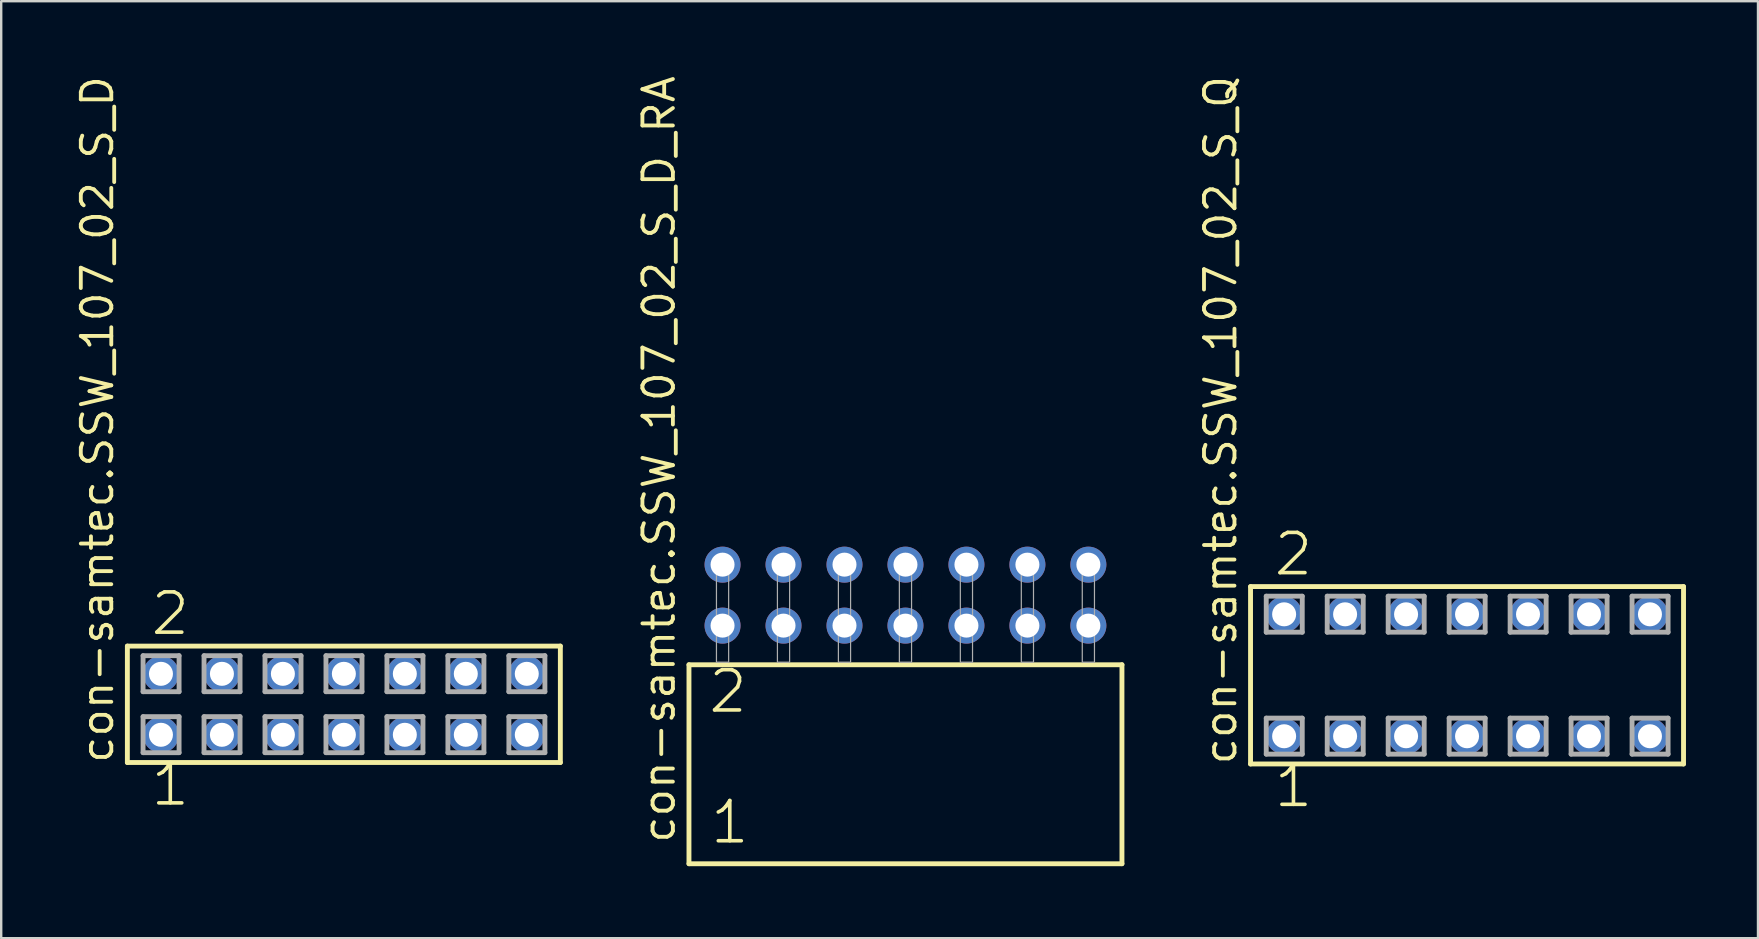
<source format=kicad_pcb>
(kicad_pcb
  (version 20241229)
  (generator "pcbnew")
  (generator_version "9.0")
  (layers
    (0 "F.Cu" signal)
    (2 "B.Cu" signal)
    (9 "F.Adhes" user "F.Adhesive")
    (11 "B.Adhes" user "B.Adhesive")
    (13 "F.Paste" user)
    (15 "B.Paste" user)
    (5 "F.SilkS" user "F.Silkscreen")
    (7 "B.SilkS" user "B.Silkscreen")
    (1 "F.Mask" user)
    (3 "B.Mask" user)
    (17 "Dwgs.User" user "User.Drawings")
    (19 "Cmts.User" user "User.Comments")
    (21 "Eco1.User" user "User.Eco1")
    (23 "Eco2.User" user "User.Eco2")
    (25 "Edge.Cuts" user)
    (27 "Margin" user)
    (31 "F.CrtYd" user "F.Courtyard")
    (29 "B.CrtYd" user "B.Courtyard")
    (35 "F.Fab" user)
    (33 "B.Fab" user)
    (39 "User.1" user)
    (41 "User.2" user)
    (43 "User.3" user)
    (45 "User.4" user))
  (footprint "con-samtec.SSW_107_02_S_D_RA"
    (layer "F.Cu")
    (at 34.671 24.537)
    (property "Reference" "con-samtec.SSW_107_02_S_D_RA" (at -9.525 7.62 90) (layer "F.SilkS") (effects (font (size 1.27 1.27) (thickness 0.16)) (justify left bottom)))
    (attr through_hole)
    (fp_line (start -9.019 0.106) (end -9.019 8.396) (stroke (width 0.203) (type default)) (layer "F.SilkS"))
    (fp_line (start -9.019 8.396) (end 9.019 8.396) (stroke (width 0.203) (type default)) (layer "F.SilkS"))
    (fp_line (start 9.019 0.106) (end -9.019 0.106) (stroke (width 0.203) (type default)) (layer "F.SilkS"))
    (fp_line (start 9.019 8.396) (end 9.019 0.106) (stroke (width 0.203) (type default)) (layer "F.SilkS"))
    (fp_rect (start -7.874 0) (end -7.366 -4.318) (stroke (width 0.05) (type default)) (fill no) (layer "F.Fab"))
    (fp_rect (start -5.334 0) (end -4.826 -4.318) (stroke (width 0.05) (type default)) (fill no) (layer "F.Fab"))
    (fp_rect (start -2.794 0) (end -2.286 -4.318) (stroke (width 0.05) (type default)) (fill no) (layer "F.Fab"))
    (fp_rect (start -0.254 0) (end 0.254 -4.318) (stroke (width 0.05) (type default)) (fill no) (layer "F.Fab"))
    (fp_rect (start 2.286 0) (end 2.794 -4.318) (stroke (width 0.05) (type default)) (fill no) (layer "F.Fab"))
    (fp_rect (start 4.826 0) (end 5.334 -4.318) (stroke (width 0.05) (type default)) (fill no) (layer "F.Fab"))
    (fp_rect (start 7.366 0) (end 7.874 -4.318) (stroke (width 0.05) (type default)) (fill no) (layer "F.Fab"))
    (fp_text user "2" (at -8.29 2.2 0) (layer "F.SilkS") (effects (font (size 1.676 1.676) (thickness 0.15)) (justify left bottom)))
    (fp_text user "1" (at -8.215 7.65 0) (layer "F.SilkS") (effects (font (size 1.676 1.676) (thickness 0.15)) (justify left bottom)))
    (pad "1" thru_hole circle (at -7.62 -1.524) (size 1.5 1.5) (drill 1) (layers "*.Cu" "*.Mask"))
    (pad "2" thru_hole circle (at -7.62 -4.064) (size 1.5 1.5) (drill 1) (layers "*.Cu" "*.Mask"))
    (pad "3" thru_hole circle (at -5.08 -1.524) (size 1.5 1.5) (drill 1) (layers "*.Cu" "*.Mask"))
    (pad "4" thru_hole circle (at -5.08 -4.064) (size 1.5 1.5) (drill 1) (layers "*.Cu" "*.Mask"))
    (pad "5" thru_hole circle (at -2.54 -1.524) (size 1.5 1.5) (drill 1) (layers "*.Cu" "*.Mask"))
    (pad "6" thru_hole circle (at -2.54 -4.064) (size 1.5 1.5) (drill 1) (layers "*.Cu" "*.Mask"))
    (pad "7" thru_hole circle (at 0 -1.524) (size 1.5 1.5) (drill 1) (layers "*.Cu" "*.Mask"))
    (pad "8" thru_hole circle (at 0 -4.064) (size 1.5 1.5) (drill 1) (layers "*.Cu" "*.Mask"))
    (pad "9" thru_hole circle (at 2.54 -1.524) (size 1.5 1.5) (drill 1) (layers "*.Cu" "*.Mask"))
    (pad "10" thru_hole circle (at 2.54 -4.064) (size 1.5 1.5) (drill 1) (layers "*.Cu" "*.Mask"))
    (pad "11" thru_hole circle (at 5.08 -1.524) (size 1.5 1.5) (drill 1) (layers "*.Cu" "*.Mask"))
    (pad "12" thru_hole circle (at 5.08 -4.064) (size 1.5 1.5) (drill 1) (layers "*.Cu" "*.Mask"))
    (pad "13" thru_hole circle (at 7.62 -1.524) (size 1.5 1.5) (drill 1) (layers "*.Cu" "*.Mask"))
    (pad "14" thru_hole circle (at 7.62 -4.064) (size 1.5 1.5) (drill 1) (layers "*.Cu" "*.Mask")))
  (footprint "con-samtec.SSW_107_02_S_D"
    (layer "F.Cu")
    (at 11.275 26.291)
    (property "Reference" "con-samtec.SSW_107_02_S_D" (at -9.525 2.54 90) (layer "F.SilkS") (effects (font (size 1.27 1.27) (thickness 0.16)) (justify left bottom)))
    (attr through_hole)
    (fp_line (start -9.019 -2.425) (end 9.019 -2.425) (stroke (width 0.203) (type default)) (layer "F.SilkS"))
    (fp_line (start -9.019 2.425) (end -9.019 -2.425) (stroke (width 0.203) (type default)) (layer "F.SilkS"))
    (fp_line (start 9.019 -2.425) (end 9.019 2.425) (stroke (width 0.203) (type default)) (layer "F.SilkS"))
    (fp_line (start 9.019 2.425) (end -9.019 2.425) (stroke (width 0.203) (type default)) (layer "F.SilkS"))
    (fp_line (start -8.365 -2.025) (end -6.865 -2.025) (stroke (width 0.203) (type default)) (layer "F.Fab"))
    (fp_line (start -8.365 -0.525) (end -8.365 -2.025) (stroke (width 0.203) (type default)) (layer "F.Fab"))
    (fp_line (start -8.365 0.515) (end -6.865 0.515) (stroke (width 0.203) (type default)) (layer "F.Fab"))
    (fp_line (start -8.365 2.015) (end -8.365 0.515) (stroke (width 0.203) (type default)) (layer "F.Fab"))
    (fp_line (start -6.865 -2.025) (end -6.865 -0.525) (stroke (width 0.203) (type default)) (layer "F.Fab"))
    (fp_line (start -6.865 -0.525) (end -8.365 -0.525) (stroke (width 0.203) (type default)) (layer "F.Fab"))
    (fp_line (start -6.865 0.515) (end -6.865 2.015) (stroke (width 0.203) (type default)) (layer "F.Fab"))
    (fp_line (start -6.865 2.015) (end -8.365 2.015) (stroke (width 0.203) (type default)) (layer "F.Fab"))
    (fp_line (start -5.825 -2.025) (end -4.325 -2.025) (stroke (width 0.203) (type default)) (layer "F.Fab"))
    (fp_line (start -5.825 -0.525) (end -5.825 -2.025) (stroke (width 0.203) (type default)) (layer "F.Fab"))
    (fp_line (start -5.825 0.515) (end -4.325 0.515) (stroke (width 0.203) (type default)) (layer "F.Fab"))
    (fp_line (start -5.825 2.015) (end -5.825 0.515) (stroke (width 0.203) (type default)) (layer "F.Fab"))
    (fp_line (start -4.325 -2.025) (end -4.325 -0.525) (stroke (width 0.203) (type default)) (layer "F.Fab"))
    (fp_line (start -4.325 -0.525) (end -5.825 -0.525) (stroke (width 0.203) (type default)) (layer "F.Fab"))
    (fp_line (start -4.325 0.515) (end -4.325 2.015) (stroke (width 0.203) (type default)) (layer "F.Fab"))
    (fp_line (start -4.325 2.015) (end -5.825 2.015) (stroke (width 0.203) (type default)) (layer "F.Fab"))
    (fp_line (start -3.285 -2.025) (end -1.785 -2.025) (stroke (width 0.203) (type default)) (layer "F.Fab"))
    (fp_line (start -3.285 -0.525) (end -3.285 -2.025) (stroke (width 0.203) (type default)) (layer "F.Fab"))
    (fp_line (start -3.285 0.515) (end -1.785 0.515) (stroke (width 0.203) (type default)) (layer "F.Fab"))
    (fp_line (start -3.285 2.015) (end -3.285 0.515) (stroke (width 0.203) (type default)) (layer "F.Fab"))
    (fp_line (start -1.785 -2.025) (end -1.785 -0.525) (stroke (width 0.203) (type default)) (layer "F.Fab"))
    (fp_line (start -1.785 -0.525) (end -3.285 -0.525) (stroke (width 0.203) (type default)) (layer "F.Fab"))
    (fp_line (start -1.785 0.515) (end -1.785 2.015) (stroke (width 0.203) (type default)) (layer "F.Fab"))
    (fp_line (start -1.785 2.015) (end -3.285 2.015) (stroke (width 0.203) (type default)) (layer "F.Fab"))
    (fp_line (start -0.745 -2.025) (end 0.755 -2.025) (stroke (width 0.203) (type default)) (layer "F.Fab"))
    (fp_line (start -0.745 -0.525) (end -0.745 -2.025) (stroke (width 0.203) (type default)) (layer "F.Fab"))
    (fp_line (start -0.745 0.515) (end 0.755 0.515) (stroke (width 0.203) (type default)) (layer "F.Fab"))
    (fp_line (start -0.745 2.015) (end -0.745 0.515) (stroke (width 0.203) (type default)) (layer "F.Fab"))
    (fp_line (start 0.755 -2.025) (end 0.755 -0.525) (stroke (width 0.203) (type default)) (layer "F.Fab"))
    (fp_line (start 0.755 -0.525) (end -0.745 -0.525) (stroke (width 0.203) (type default)) (layer "F.Fab"))
    (fp_line (start 0.755 0.515) (end 0.755 2.015) (stroke (width 0.203) (type default)) (layer "F.Fab"))
    (fp_line (start 0.755 2.015) (end -0.745 2.015) (stroke (width 0.203) (type default)) (layer "F.Fab"))
    (fp_line (start 1.795 -2.025) (end 3.295 -2.025) (stroke (width 0.203) (type default)) (layer "F.Fab"))
    (fp_line (start 1.795 -0.525) (end 1.795 -2.025) (stroke (width 0.203) (type default)) (layer "F.Fab"))
    (fp_line (start 1.795 0.515) (end 3.295 0.515) (stroke (width 0.203) (type default)) (layer "F.Fab"))
    (fp_line (start 1.795 2.015) (end 1.795 0.515) (stroke (width 0.203) (type default)) (layer "F.Fab"))
    (fp_line (start 3.295 -2.025) (end 3.295 -0.525) (stroke (width 0.203) (type default)) (layer "F.Fab"))
    (fp_line (start 3.295 -0.525) (end 1.795 -0.525) (stroke (width 0.203) (type default)) (layer "F.Fab"))
    (fp_line (start 3.295 0.515) (end 3.295 2.015) (stroke (width 0.203) (type default)) (layer "F.Fab"))
    (fp_line (start 3.295 2.015) (end 1.795 2.015) (stroke (width 0.203) (type default)) (layer "F.Fab"))
    (fp_line (start 4.335 -2.025) (end 5.835 -2.025) (stroke (width 0.203) (type default)) (layer "F.Fab"))
    (fp_line (start 4.335 -0.525) (end 4.335 -2.025) (stroke (width 0.203) (type default)) (layer "F.Fab"))
    (fp_line (start 4.335 0.515) (end 5.835 0.515) (stroke (width 0.203) (type default)) (layer "F.Fab"))
    (fp_line (start 4.335 2.015) (end 4.335 0.515) (stroke (width 0.203) (type default)) (layer "F.Fab"))
    (fp_line (start 5.835 -2.025) (end 5.835 -0.525) (stroke (width 0.203) (type default)) (layer "F.Fab"))
    (fp_line (start 5.835 -0.525) (end 4.335 -0.525) (stroke (width 0.203) (type default)) (layer "F.Fab"))
    (fp_line (start 5.835 0.515) (end 5.835 2.015) (stroke (width 0.203) (type default)) (layer "F.Fab"))
    (fp_line (start 5.835 2.015) (end 4.335 2.015) (stroke (width 0.203) (type default)) (layer "F.Fab"))
    (fp_line (start 6.875 -2.025) (end 8.375 -2.025) (stroke (width 0.203) (type default)) (layer "F.Fab"))
    (fp_line (start 6.875 -0.525) (end 6.875 -2.025) (stroke (width 0.203) (type default)) (layer "F.Fab"))
    (fp_line (start 6.875 0.515) (end 8.375 0.515) (stroke (width 0.203) (type default)) (layer "F.Fab"))
    (fp_line (start 6.875 2.015) (end 6.875 0.515) (stroke (width 0.203) (type default)) (layer "F.Fab"))
    (fp_line (start 8.375 -2.025) (end 8.375 -0.525) (stroke (width 0.203) (type default)) (layer "F.Fab"))
    (fp_line (start 8.375 -0.525) (end 6.875 -0.525) (stroke (width 0.203) (type default)) (layer "F.Fab"))
    (fp_line (start 8.375 0.515) (end 8.375 2.015) (stroke (width 0.203) (type default)) (layer "F.Fab"))
    (fp_line (start 8.375 2.015) (end 6.875 2.015) (stroke (width 0.203) (type default)) (layer "F.Fab"))
    (fp_text user "1" (at -8.128 4.318 0) (layer "F.SilkS") (effects (font (size 1.676 1.676) (thickness 0.15)) (justify left bottom)))
    (fp_text user "2" (at -8.128 -2.794 0) (layer "F.SilkS") (effects (font (size 1.676 1.676) (thickness 0.15)) (justify left bottom)))
    (pad "1" thru_hole circle (at -7.62 1.27) (size 1.5 1.5) (drill 1) (layers "*.Cu" "*.Mask"))
    (pad "2" thru_hole circle (at -7.62 -1.27) (size 1.5 1.5) (drill 1) (layers "*.Cu" "*.Mask"))
    (pad "3" thru_hole circle (at -5.08 1.27) (size 1.5 1.5) (drill 1) (layers "*.Cu" "*.Mask"))
    (pad "4" thru_hole circle (at -5.08 -1.27) (size 1.5 1.5) (drill 1) (layers "*.Cu" "*.Mask"))
    (pad "5" thru_hole circle (at -2.54 1.27) (size 1.5 1.5) (drill 1) (layers "*.Cu" "*.Mask"))
    (pad "6" thru_hole circle (at -2.54 -1.27) (size 1.5 1.5) (drill 1) (layers "*.Cu" "*.Mask"))
    (pad "7" thru_hole circle (at 0 1.27) (size 1.5 1.5) (drill 1) (layers "*.Cu" "*.Mask"))
    (pad "8" thru_hole circle (at 0 -1.27) (size 1.5 1.5) (drill 1) (layers "*.Cu" "*.Mask"))
    (pad "9" thru_hole circle (at 2.54 1.27) (size 1.5 1.5) (drill 1) (layers "*.Cu" "*.Mask"))
    (pad "10" thru_hole circle (at 2.54 -1.27) (size 1.5 1.5) (drill 1) (layers "*.Cu" "*.Mask"))
    (pad "11" thru_hole circle (at 5.08 1.27) (size 1.5 1.5) (drill 1) (layers "*.Cu" "*.Mask"))
    (pad "12" thru_hole circle (at 5.08 -1.27) (size 1.5 1.5) (drill 1) (layers "*.Cu" "*.Mask"))
    (pad "13" thru_hole circle (at 7.62 1.27) (size 1.5 1.5) (drill 1) (layers "*.Cu" "*.Mask"))
    (pad "14" thru_hole circle (at 7.62 -1.27) (size 1.5 1.5) (drill 1) (layers "*.Cu" "*.Mask")))
  (footprint "con-samtec.SSW_107_02_S_Q"
    (layer "F.Cu")
    (at 58.066 25.082)
    (property "Reference" "con-samtec.SSW_107_02_S_Q" (at -9.525 3.81 90) (layer "F.SilkS") (effects (font (size 1.27 1.27) (thickness 0.16)) (justify left bottom)))
    (attr through_hole)
    (fp_line (start -9.019 -3.695) (end 9.019 -3.695) (stroke (width 0.203) (type default)) (layer "F.SilkS"))
    (fp_line (start -9.019 3.695) (end -9.019 -3.695) (stroke (width 0.203) (type default)) (layer "F.SilkS"))
    (fp_line (start 9.019 -3.695) (end 9.019 3.695) (stroke (width 0.203) (type default)) (layer "F.SilkS"))
    (fp_line (start 9.019 3.695) (end -9.019 3.695) (stroke (width 0.203) (type default)) (layer "F.SilkS"))
    (fp_line (start -8.365 -3.295) (end -6.865 -3.295) (stroke (width 0.203) (type default)) (layer "F.Fab"))
    (fp_line (start -8.365 -1.795) (end -8.365 -3.295) (stroke (width 0.203) (type default)) (layer "F.Fab"))
    (fp_line (start -8.365 1.785) (end -6.865 1.785) (stroke (width 0.203) (type default)) (layer "F.Fab"))
    (fp_line (start -8.365 3.285) (end -8.365 1.785) (stroke (width 0.203) (type default)) (layer "F.Fab"))
    (fp_line (start -6.865 -3.295) (end -6.865 -1.795) (stroke (width 0.203) (type default)) (layer "F.Fab"))
    (fp_line (start -6.865 -1.795) (end -8.365 -1.795) (stroke (width 0.203) (type default)) (layer "F.Fab"))
    (fp_line (start -6.865 1.785) (end -6.865 3.285) (stroke (width 0.203) (type default)) (layer "F.Fab"))
    (fp_line (start -6.865 3.285) (end -8.365 3.285) (stroke (width 0.203) (type default)) (layer "F.Fab"))
    (fp_line (start -5.825 -3.295) (end -4.325 -3.295) (stroke (width 0.203) (type default)) (layer "F.Fab"))
    (fp_line (start -5.825 -1.795) (end -5.825 -3.295) (stroke (width 0.203) (type default)) (layer "F.Fab"))
    (fp_line (start -5.825 1.785) (end -4.325 1.785) (stroke (width 0.203) (type default)) (layer "F.Fab"))
    (fp_line (start -5.825 3.285) (end -5.825 1.785) (stroke (width 0.203) (type default)) (layer "F.Fab"))
    (fp_line (start -4.325 -3.295) (end -4.325 -1.795) (stroke (width 0.203) (type default)) (layer "F.Fab"))
    (fp_line (start -4.325 -1.795) (end -5.825 -1.795) (stroke (width 0.203) (type default)) (layer "F.Fab"))
    (fp_line (start -4.325 1.785) (end -4.325 3.285) (stroke (width 0.203) (type default)) (layer "F.Fab"))
    (fp_line (start -4.325 3.285) (end -5.825 3.285) (stroke (width 0.203) (type default)) (layer "F.Fab"))
    (fp_line (start -3.285 -3.295) (end -1.785 -3.295) (stroke (width 0.203) (type default)) (layer "F.Fab"))
    (fp_line (start -3.285 -1.795) (end -3.285 -3.295) (stroke (width 0.203) (type default)) (layer "F.Fab"))
    (fp_line (start -3.285 1.785) (end -1.785 1.785) (stroke (width 0.203) (type default)) (layer "F.Fab"))
    (fp_line (start -3.285 3.285) (end -3.285 1.785) (stroke (width 0.203) (type default)) (layer "F.Fab"))
    (fp_line (start -1.785 -3.295) (end -1.785 -1.795) (stroke (width 0.203) (type default)) (layer "F.Fab"))
    (fp_line (start -1.785 -1.795) (end -3.285 -1.795) (stroke (width 0.203) (type default)) (layer "F.Fab"))
    (fp_line (start -1.785 1.785) (end -1.785 3.285) (stroke (width 0.203) (type default)) (layer "F.Fab"))
    (fp_line (start -1.785 3.285) (end -3.285 3.285) (stroke (width 0.203) (type default)) (layer "F.Fab"))
    (fp_line (start -0.745 -3.295) (end 0.755 -3.295) (stroke (width 0.203) (type default)) (layer "F.Fab"))
    (fp_line (start -0.745 -1.795) (end -0.745 -3.295) (stroke (width 0.203) (type default)) (layer "F.Fab"))
    (fp_line (start -0.745 1.785) (end 0.755 1.785) (stroke (width 0.203) (type default)) (layer "F.Fab"))
    (fp_line (start -0.745 3.285) (end -0.745 1.785) (stroke (width 0.203) (type default)) (layer "F.Fab"))
    (fp_line (start 0.755 -3.295) (end 0.755 -1.795) (stroke (width 0.203) (type default)) (layer "F.Fab"))
    (fp_line (start 0.755 -1.795) (end -0.745 -1.795) (stroke (width 0.203) (type default)) (layer "F.Fab"))
    (fp_line (start 0.755 1.785) (end 0.755 3.285) (stroke (width 0.203) (type default)) (layer "F.Fab"))
    (fp_line (start 0.755 3.285) (end -0.745 3.285) (stroke (width 0.203) (type default)) (layer "F.Fab"))
    (fp_line (start 1.795 -3.295) (end 3.295 -3.295) (stroke (width 0.203) (type default)) (layer "F.Fab"))
    (fp_line (start 1.795 -1.795) (end 1.795 -3.295) (stroke (width 0.203) (type default)) (layer "F.Fab"))
    (fp_line (start 1.795 1.785) (end 3.295 1.785) (stroke (width 0.203) (type default)) (layer "F.Fab"))
    (fp_line (start 1.795 3.285) (end 1.795 1.785) (stroke (width 0.203) (type default)) (layer "F.Fab"))
    (fp_line (start 3.295 -3.295) (end 3.295 -1.795) (stroke (width 0.203) (type default)) (layer "F.Fab"))
    (fp_line (start 3.295 -1.795) (end 1.795 -1.795) (stroke (width 0.203) (type default)) (layer "F.Fab"))
    (fp_line (start 3.295 1.785) (end 3.295 3.285) (stroke (width 0.203) (type default)) (layer "F.Fab"))
    (fp_line (start 3.295 3.285) (end 1.795 3.285) (stroke (width 0.203) (type default)) (layer "F.Fab"))
    (fp_line (start 4.335 -3.295) (end 5.835 -3.295) (stroke (width 0.203) (type default)) (layer "F.Fab"))
    (fp_line (start 4.335 -1.795) (end 4.335 -3.295) (stroke (width 0.203) (type default)) (layer "F.Fab"))
    (fp_line (start 4.335 1.785) (end 5.835 1.785) (stroke (width 0.203) (type default)) (layer "F.Fab"))
    (fp_line (start 4.335 3.285) (end 4.335 1.785) (stroke (width 0.203) (type default)) (layer "F.Fab"))
    (fp_line (start 5.835 -3.295) (end 5.835 -1.795) (stroke (width 0.203) (type default)) (layer "F.Fab"))
    (fp_line (start 5.835 -1.795) (end 4.335 -1.795) (stroke (width 0.203) (type default)) (layer "F.Fab"))
    (fp_line (start 5.835 1.785) (end 5.835 3.285) (stroke (width 0.203) (type default)) (layer "F.Fab"))
    (fp_line (start 5.835 3.285) (end 4.335 3.285) (stroke (width 0.203) (type default)) (layer "F.Fab"))
    (fp_line (start 6.875 -3.295) (end 8.375 -3.295) (stroke (width 0.203) (type default)) (layer "F.Fab"))
    (fp_line (start 6.875 -1.795) (end 6.875 -3.295) (stroke (width 0.203) (type default)) (layer "F.Fab"))
    (fp_line (start 6.875 1.785) (end 8.375 1.785) (stroke (width 0.203) (type default)) (layer "F.Fab"))
    (fp_line (start 6.875 3.285) (end 6.875 1.785) (stroke (width 0.203) (type default)) (layer "F.Fab"))
    (fp_line (start 8.375 -3.295) (end 8.375 -1.795) (stroke (width 0.203) (type default)) (layer "F.Fab"))
    (fp_line (start 8.375 -1.795) (end 6.875 -1.795) (stroke (width 0.203) (type default)) (layer "F.Fab"))
    (fp_line (start 8.375 1.785) (end 8.375 3.285) (stroke (width 0.203) (type default)) (layer "F.Fab"))
    (fp_line (start 8.375 3.285) (end 6.875 3.285) (stroke (width 0.203) (type default)) (layer "F.Fab"))
    (fp_text user "2" (at -8.128 -4.064 0) (layer "F.SilkS") (effects (font (size 1.676 1.676) (thickness 0.15)) (justify left bottom)))
    (fp_text user "1" (at -8.128 5.588 0) (layer "F.SilkS") (effects (font (size 1.676 1.676) (thickness 0.15)) (justify left bottom)))
    (pad "1" thru_hole circle (at -7.62 2.54) (size 1.5 1.5) (drill 1) (layers "*.Cu" "*.Mask"))
    (pad "2" thru_hole circle (at -7.62 -2.54) (size 1.5 1.5) (drill 1) (layers "*.Cu" "*.Mask"))
    (pad "3" thru_hole circle (at -5.08 2.54) (size 1.5 1.5) (drill 1) (layers "*.Cu" "*.Mask"))
    (pad "4" thru_hole circle (at -5.08 -2.54) (size 1.5 1.5) (drill 1) (layers "*.Cu" "*.Mask"))
    (pad "5" thru_hole circle (at -2.54 2.54) (size 1.5 1.5) (drill 1) (layers "*.Cu" "*.Mask"))
    (pad "6" thru_hole circle (at -2.54 -2.54) (size 1.5 1.5) (drill 1) (layers "*.Cu" "*.Mask"))
    (pad "7" thru_hole circle (at 0 2.54) (size 1.5 1.5) (drill 1) (layers "*.Cu" "*.Mask"))
    (pad "8" thru_hole circle (at 0 -2.54) (size 1.5 1.5) (drill 1) (layers "*.Cu" "*.Mask"))
    (pad "9" thru_hole circle (at 2.54 2.54) (size 1.5 1.5) (drill 1) (layers "*.Cu" "*.Mask"))
    (pad "10" thru_hole circle (at 2.54 -2.54) (size 1.5 1.5) (drill 1) (layers "*.Cu" "*.Mask"))
    (pad "11" thru_hole circle (at 5.08 2.54) (size 1.5 1.5) (drill 1) (layers "*.Cu" "*.Mask"))
    (pad "12" thru_hole circle (at 5.08 -2.54) (size 1.5 1.5) (drill 1) (layers "*.Cu" "*.Mask"))
    (pad "13" thru_hole circle (at 7.62 2.54) (size 1.5 1.5) (drill 1) (layers "*.Cu" "*.Mask"))
    (pad "14" thru_hole circle (at 7.62 -2.54) (size 1.5 1.5) (drill 1) (layers "*.Cu" "*.Mask")))
  (gr_rect
    (start -3 -3)
    (end 70.187 36.035)
    (stroke (width 0.1) (type default))
    (fill no)
    (layer "Edge.Cuts")))
</source>
